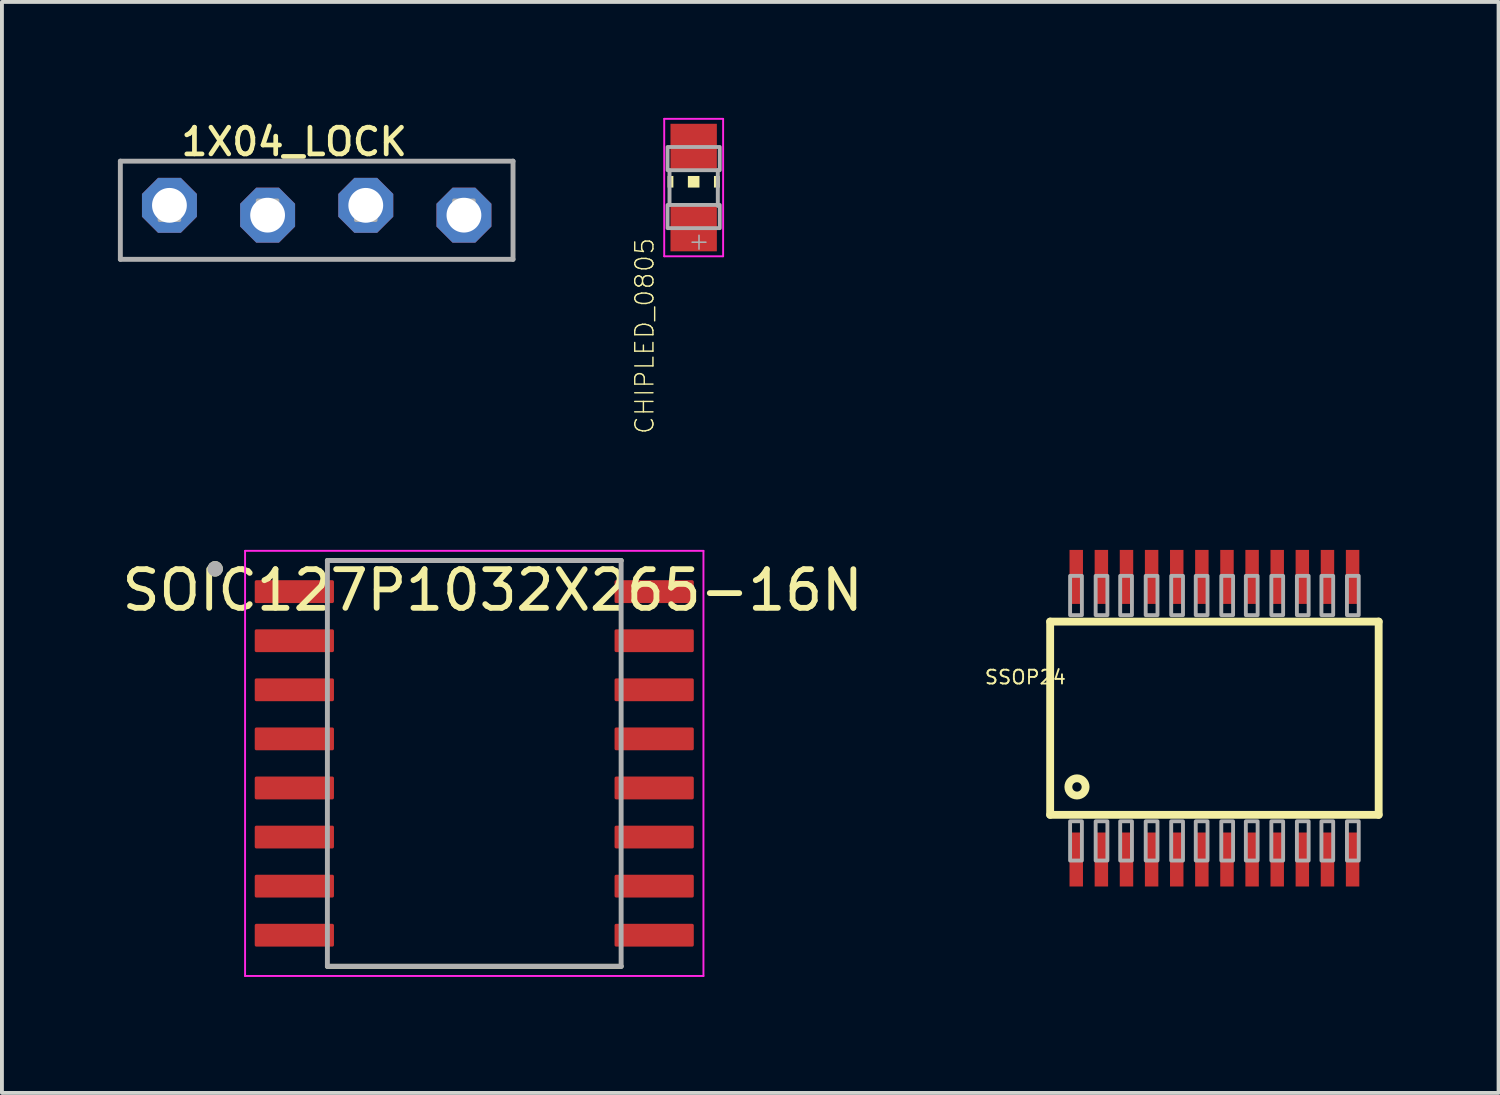
<source format=kicad_pcb>
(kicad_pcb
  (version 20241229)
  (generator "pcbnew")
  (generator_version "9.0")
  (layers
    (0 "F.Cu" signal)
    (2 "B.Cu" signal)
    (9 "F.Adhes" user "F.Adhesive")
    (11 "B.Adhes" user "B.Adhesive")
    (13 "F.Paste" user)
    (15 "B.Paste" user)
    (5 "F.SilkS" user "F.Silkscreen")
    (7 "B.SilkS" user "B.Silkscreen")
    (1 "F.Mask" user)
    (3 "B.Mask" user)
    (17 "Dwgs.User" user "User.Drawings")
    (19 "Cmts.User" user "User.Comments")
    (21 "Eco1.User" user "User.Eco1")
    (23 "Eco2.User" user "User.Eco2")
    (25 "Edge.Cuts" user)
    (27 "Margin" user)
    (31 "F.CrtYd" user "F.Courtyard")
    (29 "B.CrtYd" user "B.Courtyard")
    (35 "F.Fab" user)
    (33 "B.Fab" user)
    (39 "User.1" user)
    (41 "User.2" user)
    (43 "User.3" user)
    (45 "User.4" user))
  (footprint "1X04_LOCK"
    (layer "F.Cu")
    (at 5.144 2.39)
    (property "Reference" "1X04_LOCK" (at -3.572 -1.771 0) (layer "F.SilkS") (effects (font (size 0.69 0.69) (thickness 0.122)) (justify left)))
    (fp_line (start -5.08 -1.27) (end 5.08 -1.27) (stroke (width 0.127) (type solid)) (layer "F.Fab"))
    (fp_line (start -5.08 1.27) (end -5.08 -1.27) (stroke (width 0.127) (type solid)) (layer "F.Fab"))
    (fp_line (start 5.08 -1.27) (end 5.08 1.27) (stroke (width 0.127) (type solid)) (layer "F.Fab"))
    (fp_line (start 5.08 1.27) (end -5.08 1.27) (stroke (width 0.127) (type solid)) (layer "F.Fab"))
    (fp_poly (pts (xy -4.064 0.254) (xy -3.556 0.254) (xy -3.556 -0.254) (xy -4.064 -0.254)) (stroke (width 0.1) (type solid)) (fill no) (layer "F.Fab"))
    (fp_poly (pts (xy -1.524 0.254) (xy -1.016 0.254) (xy -1.016 -0.254) (xy -1.524 -0.254)) (stroke (width 0.1) (type solid)) (fill no) (layer "F.Fab"))
    (fp_poly (pts (xy 1.016 0.254) (xy 1.524 0.254) (xy 1.524 -0.254) (xy 1.016 -0.254)) (stroke (width 0.1) (type solid)) (fill no) (layer "F.Fab"))
    (fp_poly (pts (xy 3.556 0.254) (xy 4.064 0.254) (xy 4.064 -0.254) (xy 3.556 -0.254)) (stroke (width 0.1) (type solid)) (fill no) (layer "F.Fab"))
    (pad "1" thru_hole roundrect (at -3.81 -0.127 90) (size 1.422 1.422) (drill 0.9) (layers "*.Cu" "*.Mask") (roundrect_rratio 0.25) (chamfer_ratio 0.293) (chamfer top_left top_right bottom_left bottom_right))
    (pad "2" thru_hole roundrect (at -1.27 0.127 90) (size 1.422 1.422) (drill 0.9) (layers "*.Cu" "*.Mask") (roundrect_rratio 0.25) (chamfer_ratio 0.293) (chamfer top_left top_right bottom_left bottom_right))
    (pad "3" thru_hole roundrect (at 1.27 -0.127 90) (size 1.422 1.422) (drill 0.9) (layers "*.Cu" "*.Mask") (roundrect_rratio 0.25) (chamfer_ratio 0.293) (chamfer top_left top_right bottom_left bottom_right))
    (pad "4" thru_hole roundrect (at 3.81 0.127 90) (size 1.422 1.422) (drill 0.9) (layers "*.Cu" "*.Mask") (roundrect_rratio 0.25) (chamfer_ratio 0.293) (chamfer top_left top_right bottom_left bottom_right)))
  (footprint "SOIC127P1032X265-16N"
    (layer "F.Cu")
    (at 9.221 16.703)
    (property "Reference" "SOIC127P1032X265-16N" (at 0.475 -4.481 0) (layer "F.SilkS") (effects (font (size 1 1) (thickness 0.15))))
    (attr through_hole)
    (fp_line (start -3.8 -5.25) (end 3.8 -5.25) (stroke (width 0.127) (type solid)) (layer "F.SilkS"))
    (fp_line (start -3.8 5.25) (end 3.8 5.25) (stroke (width 0.127) (type solid)) (layer "F.SilkS"))
    (fp_circle (center -6.705 -5.035) (end -6.605 -5.035) (stroke (width 0.2) (type solid)) (fill no) (layer "F.SilkS"))
    (fp_line (start -5.93 -5.5) (end -5.93 5.5) (stroke (width 0.05) (type solid)) (layer "F.CrtYd"))
    (fp_line (start -5.93 -5.5) (end 5.93 -5.5) (stroke (width 0.05) (type solid)) (layer "F.CrtYd"))
    (fp_line (start -5.93 5.5) (end 5.93 5.5) (stroke (width 0.05) (type solid)) (layer "F.CrtYd"))
    (fp_line (start 5.93 -5.5) (end 5.93 5.5) (stroke (width 0.05) (type solid)) (layer "F.CrtYd"))
    (fp_line (start -3.8 -5.25) (end -3.8 5.25) (stroke (width 0.127) (type solid)) (layer "F.Fab"))
    (fp_line (start -3.8 -5.25) (end 3.8 -5.25) (stroke (width 0.127) (type solid)) (layer "F.Fab"))
    (fp_line (start -3.8 5.25) (end 3.8 5.25) (stroke (width 0.127) (type solid)) (layer "F.Fab"))
    (fp_line (start 3.8 -5.25) (end 3.8 5.25) (stroke (width 0.127) (type solid)) (layer "F.Fab"))
    (fp_circle (center -6.705 -5.035) (end -6.605 -5.035) (stroke (width 0.2) (type solid)) (fill no) (layer "F.Fab"))
    (pad "1" smd roundrect (at -4.655 -4.445) (size 2.05 0.59) (layers "F.Cu" "F.Mask" "F.Paste") (roundrect_rratio 0.07))
    (pad "2" smd roundrect (at -4.655 -3.175) (size 2.05 0.59) (layers "F.Cu" "F.Mask" "F.Paste") (roundrect_rratio 0.07))
    (pad "3" smd roundrect (at -4.655 -1.905) (size 2.05 0.59) (layers "F.Cu" "F.Mask" "F.Paste") (roundrect_rratio 0.07))
    (pad "4" smd roundrect (at -4.655 -0.635) (size 2.05 0.59) (layers "F.Cu" "F.Mask" "F.Paste") (roundrect_rratio 0.07))
    (pad "5" smd roundrect (at -4.655 0.635) (size 2.05 0.59) (layers "F.Cu" "F.Mask" "F.Paste") (roundrect_rratio 0.07))
    (pad "6" smd roundrect (at -4.655 1.905) (size 2.05 0.59) (layers "F.Cu" "F.Mask" "F.Paste") (roundrect_rratio 0.07))
    (pad "7" smd roundrect (at -4.655 3.175) (size 2.05 0.59) (layers "F.Cu" "F.Mask" "F.Paste") (roundrect_rratio 0.07))
    (pad "8" smd roundrect (at -4.655 4.445) (size 2.05 0.59) (layers "F.Cu" "F.Mask" "F.Paste") (roundrect_rratio 0.07))
    (pad "9" smd roundrect (at 4.655 4.445) (size 2.05 0.59) (layers "F.Cu" "F.Mask" "F.Paste") (roundrect_rratio 0.07))
    (pad "10" smd roundrect (at 4.655 3.175) (size 2.05 0.59) (layers "F.Cu" "F.Mask" "F.Paste") (roundrect_rratio 0.07))
    (pad "11" smd roundrect (at 4.655 1.905) (size 2.05 0.59) (layers "F.Cu" "F.Mask" "F.Paste") (roundrect_rratio 0.07))
    (pad "12" smd roundrect (at 4.655 0.635) (size 2.05 0.59) (layers "F.Cu" "F.Mask" "F.Paste") (roundrect_rratio 0.07))
    (pad "13" smd roundrect (at 4.655 -0.635) (size 2.05 0.59) (layers "F.Cu" "F.Mask" "F.Paste") (roundrect_rratio 0.07))
    (pad "14" smd roundrect (at 4.655 -1.905) (size 2.05 0.59) (layers "F.Cu" "F.Mask" "F.Paste") (roundrect_rratio 0.07))
    (pad "15" smd roundrect (at 4.655 -3.175) (size 2.05 0.59) (layers "F.Cu" "F.Mask" "F.Paste") (roundrect_rratio 0.07))
    (pad "16" smd roundrect (at 4.655 -4.445) (size 2.05 0.59) (layers "F.Cu" "F.Mask" "F.Paste") (roundrect_rratio 0.07)))
  (footprint "CHIPLED_0805"
    (layer "F.Cu")
    (at 14.898 1.803)
    (property "Reference" "CHIPLED_0805" (at -1.27 1.27 270) (layer "F.SilkS") (effects (font (size 0.471 0.471) (thickness 0.037)) (justify right)))
    (fp_poly (pts (xy -0.675 0) (xy -0.525 0) (xy -0.525 -0.3) (xy -0.675 -0.3)) (stroke (width 0) (type solid)) (fill yes) (layer "F.SilkS"))
    (fp_poly (pts (xy -0.15 0) (xy 0.15 0) (xy 0.15 -0.3) (xy -0.15 -0.3)) (stroke (width 0) (type solid)) (fill yes) (layer "F.SilkS"))
    (fp_poly (pts (xy 0.525 0) (xy 0.675 0) (xy 0.675 -0.3) (xy 0.525 -0.3)) (stroke (width 0) (type solid)) (fill yes) (layer "F.SilkS"))
    (fp_line (start -0.762 -1.778) (end 0.762 -1.778) (stroke (width 0.05) (type solid)) (layer "F.CrtYd"))
    (fp_line (start -0.762 1.778) (end -0.762 -1.778) (stroke (width 0.05) (type solid)) (layer "F.CrtYd"))
    (fp_line (start 0.762 -1.778) (end 0.762 1.778) (stroke (width 0.05) (type solid)) (layer "F.CrtYd"))
    (fp_line (start 0.762 1.778) (end -0.762 1.778) (stroke (width 0.05) (type solid)) (layer "F.CrtYd"))
    (fp_line (start -0.625 -0.45) (end -0.625 0.45) (stroke (width 0.102) (type solid)) (layer "F.Fab"))
    (fp_line (start 0.625 -0.45) (end 0.625 0.475) (stroke (width 0.102) (type solid)) (layer "F.Fab"))
    (fp_poly (pts (xy -0.675 -0.45) (xy 0.675 -0.45) (xy 0.675 -1.05) (xy -0.675 -1.05)) (stroke (width 0.1) (type solid)) (fill no) (layer "F.Fab"))
    (fp_poly (pts (xy -0.675 1.05) (xy 0.675 1.05) (xy 0.675 0.45) (xy -0.675 0.45)) (stroke (width 0.1) (type solid)) (fill no) (layer "F.Fab"))
    (fp_text user "+" (at -0.178 1.651 0) (layer "F.Fab") (effects (font (size 0.467 0.467) (thickness 0.041)) (justify left bottom)))
    (pad "A" smd rect (at 0 1.05) (size 1.2 1.2) (layers "F.Cu" "F.Mask" "F.Paste"))
    (pad "C" smd rect (at 0 -1.05) (size 1.2 1.2) (layers "F.Cu" "F.Mask" "F.Paste")))
  (footprint "SSOP24"
    (layer "F.Cu")
    (at 28.372 15.533)
    (property "Reference" "SSOP24" (at -3.81 -1.27 0) (layer "F.SilkS") (effects (font (size 0.358 0.358) (thickness 0.049)) (justify right top)))
    (fp_line (start -4.25 -2.5) (end 4.25 -2.5) (stroke (width 0.203) (type solid)) (layer "F.SilkS"))
    (fp_line (start -4.25 2.5) (end -4.25 -2.5) (stroke (width 0.203) (type solid)) (layer "F.SilkS"))
    (fp_line (start 4.25 -2.5) (end 4.25 2.5) (stroke (width 0.203) (type solid)) (layer "F.SilkS"))
    (fp_line (start 4.25 2.5) (end -4.25 2.5) (stroke (width 0.203) (type solid)) (layer "F.SilkS"))
    (fp_circle (center -3.556 1.778) (end -3.333 1.778) (stroke (width 0.203) (type solid)) (fill no) (layer "F.SilkS"))
    (fp_poly (pts (xy -3.734 -2.667) (xy -3.429 -2.667) (xy -3.429 -3.683) (xy -3.734 -3.683)) (stroke (width 0.1) (type solid)) (fill no) (layer "F.Fab"))
    (fp_poly (pts (xy -3.734 3.683) (xy -3.429 3.683) (xy -3.429 2.667) (xy -3.734 2.667)) (stroke (width 0.1) (type solid)) (fill no) (layer "F.Fab"))
    (fp_poly (pts (xy -3.073 -2.667) (xy -2.769 -2.667) (xy -2.769 -3.683) (xy -3.073 -3.683)) (stroke (width 0.1) (type solid)) (fill no) (layer "F.Fab"))
    (fp_poly (pts (xy -3.073 3.683) (xy -2.769 3.683) (xy -2.769 2.667) (xy -3.073 2.667)) (stroke (width 0.1) (type solid)) (fill no) (layer "F.Fab"))
    (fp_poly (pts (xy -2.438 -2.667) (xy -2.134 -2.667) (xy -2.134 -3.683) (xy -2.438 -3.683)) (stroke (width 0.1) (type solid)) (fill no) (layer "F.Fab"))
    (fp_poly (pts (xy -2.438 3.683) (xy -2.134 3.683) (xy -2.134 2.667) (xy -2.438 2.667)) (stroke (width 0.1) (type solid)) (fill no) (layer "F.Fab"))
    (fp_poly (pts (xy -1.778 -2.667) (xy -1.473 -2.667) (xy -1.473 -3.683) (xy -1.778 -3.683)) (stroke (width 0.1) (type solid)) (fill no) (layer "F.Fab"))
    (fp_poly (pts (xy -1.778 3.683) (xy -1.473 3.683) (xy -1.473 2.667) (xy -1.778 2.667)) (stroke (width 0.1) (type solid)) (fill no) (layer "F.Fab"))
    (fp_poly (pts (xy -1.118 -2.667) (xy -0.813 -2.667) (xy -0.813 -3.683) (xy -1.118 -3.683)) (stroke (width 0.1) (type solid)) (fill no) (layer "F.Fab"))
    (fp_poly (pts (xy -1.118 3.683) (xy -0.813 3.683) (xy -0.813 2.667) (xy -1.118 2.667)) (stroke (width 0.1) (type solid)) (fill no) (layer "F.Fab"))
    (fp_poly (pts (xy -0.483 -2.667) (xy -0.178 -2.667) (xy -0.178 -3.683) (xy -0.483 -3.683)) (stroke (width 0.1) (type solid)) (fill no) (layer "F.Fab"))
    (fp_poly (pts (xy -0.483 3.683) (xy -0.178 3.683) (xy -0.178 2.667) (xy -0.483 2.667)) (stroke (width 0.1) (type solid)) (fill no) (layer "F.Fab"))
    (fp_poly (pts (xy 0.178 -2.667) (xy 0.483 -2.667) (xy 0.483 -3.683) (xy 0.178 -3.683)) (stroke (width 0.1) (type solid)) (fill no) (layer "F.Fab"))
    (fp_poly (pts (xy 0.178 3.683) (xy 0.483 3.683) (xy 0.483 2.667) (xy 0.178 2.667)) (stroke (width 0.1) (type solid)) (fill no) (layer "F.Fab"))
    (fp_poly (pts (xy 0.813 -2.667) (xy 1.118 -2.667) (xy 1.118 -3.683) (xy 0.813 -3.683)) (stroke (width 0.1) (type solid)) (fill no) (layer "F.Fab"))
    (fp_poly (pts (xy 0.813 3.683) (xy 1.118 3.683) (xy 1.118 2.667) (xy 0.813 2.667)) (stroke (width 0.1) (type solid)) (fill no) (layer "F.Fab"))
    (fp_poly (pts (xy 1.473 -2.667) (xy 1.778 -2.667) (xy 1.778 -3.683) (xy 1.473 -3.683)) (stroke (width 0.1) (type solid)) (fill no) (layer "F.Fab"))
    (fp_poly (pts (xy 1.473 3.683) (xy 1.778 3.683) (xy 1.778 2.667) (xy 1.473 2.667)) (stroke (width 0.1) (type solid)) (fill no) (layer "F.Fab"))
    (fp_poly (pts (xy 2.134 -2.667) (xy 2.438 -2.667) (xy 2.438 -3.683) (xy 2.134 -3.683)) (stroke (width 0.1) (type solid)) (fill no) (layer "F.Fab"))
    (fp_poly (pts (xy 2.134 3.683) (xy 2.438 3.683) (xy 2.438 2.667) (xy 2.134 2.667)) (stroke (width 0.1) (type solid)) (fill no) (layer "F.Fab"))
    (fp_poly (pts (xy 2.769 -2.667) (xy 3.073 -2.667) (xy 3.073 -3.683) (xy 2.769 -3.683)) (stroke (width 0.1) (type solid)) (fill no) (layer "F.Fab"))
    (fp_poly (pts (xy 2.769 3.683) (xy 3.073 3.683) (xy 3.073 2.667) (xy 2.769 2.667)) (stroke (width 0.1) (type solid)) (fill no) (layer "F.Fab"))
    (fp_poly (pts (xy 3.429 -2.667) (xy 3.734 -2.667) (xy 3.734 -3.683) (xy 3.429 -3.683)) (stroke (width 0.1) (type solid)) (fill no) (layer "F.Fab"))
    (fp_poly (pts (xy 3.429 3.683) (xy 3.734 3.683) (xy 3.734 2.667) (xy 3.429 2.667)) (stroke (width 0.1) (type solid)) (fill no) (layer "F.Fab"))
    (pad "1" smd rect (at -3.575 3.656) (size 0.348 1.397) (layers "F.Cu" "F.Mask" "F.Paste"))
    (pad "2" smd rect (at -2.925 3.656) (size 0.348 1.397) (layers "F.Cu" "F.Mask" "F.Paste"))
    (pad "3" smd rect (at -2.275 3.656) (size 0.348 1.397) (layers "F.Cu" "F.Mask" "F.Paste"))
    (pad "4" smd rect (at -1.625 3.656) (size 0.348 1.397) (layers "F.Cu" "F.Mask" "F.Paste"))
    (pad "5" smd rect (at -0.975 3.656) (size 0.348 1.397) (layers "F.Cu" "F.Mask" "F.Paste"))
    (pad "6" smd rect (at -0.325 3.656) (size 0.348 1.397) (layers "F.Cu" "F.Mask" "F.Paste"))
    (pad "7" smd rect (at 0.325 3.656) (size 0.348 1.397) (layers "F.Cu" "F.Mask" "F.Paste"))
    (pad "8" smd rect (at 0.975 3.656) (size 0.348 1.397) (layers "F.Cu" "F.Mask" "F.Paste"))
    (pad "9" smd rect (at 1.625 3.656) (size 0.348 1.397) (layers "F.Cu" "F.Mask" "F.Paste"))
    (pad "10" smd rect (at 2.275 3.656) (size 0.348 1.397) (layers "F.Cu" "F.Mask" "F.Paste"))
    (pad "11" smd rect (at 2.925 3.656) (size 0.348 1.397) (layers "F.Cu" "F.Mask" "F.Paste"))
    (pad "12" smd rect (at 3.575 3.656) (size 0.348 1.397) (layers "F.Cu" "F.Mask" "F.Paste"))
    (pad "13" smd rect (at 3.575 -3.656 180) (size 0.348 1.397) (layers "F.Cu" "F.Mask" "F.Paste"))
    (pad "14" smd rect (at 2.925 -3.656 180) (size 0.348 1.397) (layers "F.Cu" "F.Mask" "F.Paste"))
    (pad "15" smd rect (at 2.275 -3.656) (size 0.348 1.397) (layers "F.Cu" "F.Mask" "F.Paste"))
    (pad "16" smd rect (at 1.625 -3.656) (size 0.348 1.397) (layers "F.Cu" "F.Mask" "F.Paste"))
    (pad "17" smd rect (at 0.975 -3.656) (size 0.348 1.397) (layers "F.Cu" "F.Mask" "F.Paste"))
    (pad "18" smd rect (at 0.325 -3.656) (size 0.348 1.397) (layers "F.Cu" "F.Mask" "F.Paste"))
    (pad "19" smd rect (at -0.325 -3.656) (size 0.348 1.397) (layers "F.Cu" "F.Mask" "F.Paste"))
    (pad "20" smd rect (at -0.975 -3.656) (size 0.348 1.397) (layers "F.Cu" "F.Mask" "F.Paste"))
    (pad "21" smd rect (at -1.625 -3.656) (size 0.348 1.397) (layers "F.Cu" "F.Mask" "F.Paste"))
    (pad "22" smd rect (at -2.275 -3.656) (size 0.348 1.397) (layers "F.Cu" "F.Mask" "F.Paste"))
    (pad "23" smd rect (at -2.925 -3.656) (size 0.348 1.397) (layers "F.Cu" "F.Mask" "F.Paste"))
    (pad "24" smd rect (at -3.575 -3.656) (size 0.348 1.397) (layers "F.Cu" "F.Mask" "F.Paste")))
  (gr_rect
    (start -3 -3)
    (end 35.724 25.228)
    (stroke (width 0.1) (type default))
    (fill no)
    (layer "Edge.Cuts")))
</source>
